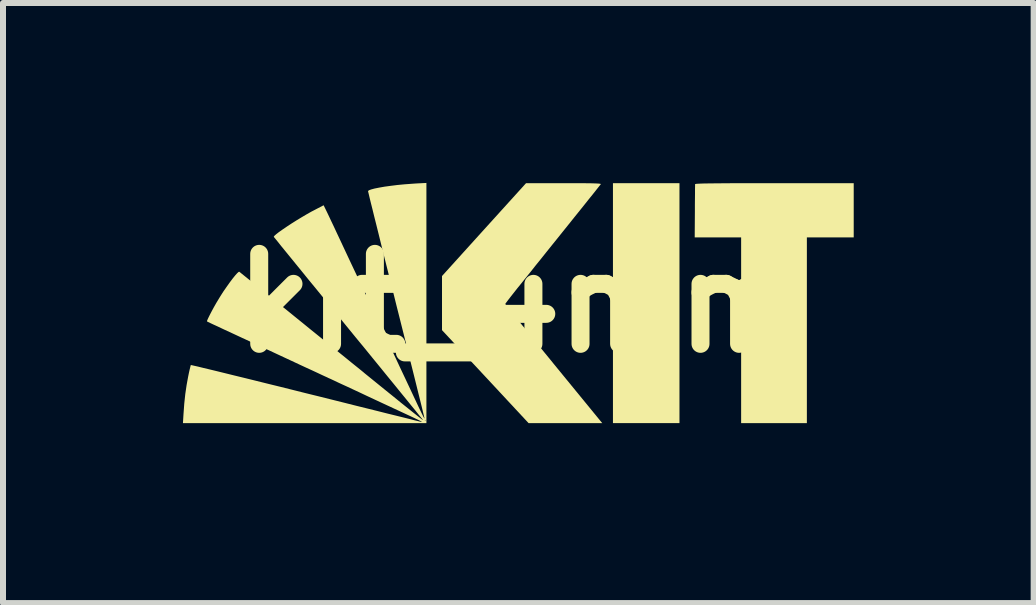
<source format=kicad_pcb>
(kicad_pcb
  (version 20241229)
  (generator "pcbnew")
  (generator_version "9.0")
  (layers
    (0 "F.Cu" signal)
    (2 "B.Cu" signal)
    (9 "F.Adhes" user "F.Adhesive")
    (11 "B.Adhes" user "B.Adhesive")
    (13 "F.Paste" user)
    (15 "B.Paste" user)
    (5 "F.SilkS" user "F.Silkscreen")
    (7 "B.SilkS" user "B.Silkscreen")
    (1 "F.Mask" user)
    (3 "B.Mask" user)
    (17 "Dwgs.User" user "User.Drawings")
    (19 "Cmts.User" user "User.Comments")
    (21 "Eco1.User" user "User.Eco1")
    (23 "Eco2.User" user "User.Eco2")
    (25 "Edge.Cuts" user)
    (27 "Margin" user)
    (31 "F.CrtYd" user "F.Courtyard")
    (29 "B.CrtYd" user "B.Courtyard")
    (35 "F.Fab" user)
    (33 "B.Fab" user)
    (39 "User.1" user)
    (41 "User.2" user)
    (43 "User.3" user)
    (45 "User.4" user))
  (footprint "kit_4mm"
    (layer "F.Cu")
    (at 5.593 2.004)
    (property "Reference" "kit_4mm" (at 0 0 0) (layer "F.SilkS") (effects (font (size 1.5 1.5) (thickness 0.3))))
    (attr board_only exclude_from_pos_files exclude_from_bom)
    (fp_poly (pts (xy 2.685 0) (xy 2.685 2) (xy 2.13 2) (xy 1.576 2) (xy 1.576 0) (xy 1.576 -2) (xy 2.13 -2) (xy 2.685 -2)) (stroke (width 0) (type solid)) (fill yes) (layer "F.SilkS"))
    (fp_poly (pts (xy 5.59 -1.548) (xy 5.59 -1.096) (xy 5.199 -1.096) (xy 4.809 -1.096) (xy 4.809 0.452) (xy 4.809 2) (xy 4.261 2) (xy 3.713 2) (xy 3.713 0.452) (xy 3.713 -1.096) (xy 3.326 -1.096) (xy 2.939 -1.096) (xy 2.942 -1.531) (xy 2.942 -1.638) (xy 2.943 -1.737) (xy 2.944 -1.823) (xy 2.944 -1.894) (xy 2.945 -1.947) (xy 2.945 -1.977) (xy 2.945 -1.983) (xy 2.95 -1.986) (xy 2.966 -1.989) (xy 2.995 -1.991) (xy 3.037 -1.993) (xy 3.095 -1.995) (xy 3.169 -1.996) (xy 3.261 -1.997) (xy 3.372 -1.998) (xy 3.503 -1.999) (xy 3.657 -2) (xy 3.834 -2) (xy 4.035 -2) (xy 4.263 -2) (xy 4.268 -2) (xy 5.59 -2)) (stroke (width 0) (type solid)) (fill yes) (layer "F.SilkS"))
    (fp_poly (pts (xy 0.909 -2) (xy 1.036 -2) (xy 1.14 -1.999) (xy 1.222 -1.998) (xy 1.284 -1.996) (xy 1.328 -1.994) (xy 1.357 -1.991) (xy 1.371 -1.988) (xy 1.374 -1.983) (xy 1.374 -1.983) (xy 1.362 -1.969) (xy 1.335 -1.935) (xy 1.294 -1.883) (xy 1.241 -1.816) (xy 1.176 -1.736) (xy 1.103 -1.644) (xy 1.022 -1.543) (xy 0.934 -1.434) (xy 0.843 -1.32) (xy 0.748 -1.202) (xy 0.652 -1.082) (xy 0.556 -0.963) (xy 0.462 -0.846) (xy 0.372 -0.733) (xy 0.286 -0.627) (xy 0.208 -0.528) (xy 0.137 -0.44) (xy 0.076 -0.364) (xy 0.044 -0.324) (xy -0.022 -0.243) (xy -0.081 -0.168) (xy -0.133 -0.102) (xy -0.174 -0.049) (xy -0.203 -0.01) (xy -0.218 0.011) (xy -0.219 0.014) (xy -0.211 0.026) (xy -0.186 0.058) (xy -0.146 0.107) (xy -0.093 0.174) (xy -0.027 0.256) (xy 0.05 0.352) (xy 0.138 0.459) (xy 0.234 0.578) (xy 0.338 0.706) (xy 0.449 0.841) (xy 0.565 0.983) (xy 0.589 1.013) (xy 1.397 2) (xy 0.783 2) (xy 0.169 2) (xy -0.552 1.225) (xy -1.274 0.45) (xy -1.274 -0.001) (xy -1.274 -0.452) (xy -0.574 -1.226) (xy 0.127 -2) (xy 0.757 -2)) (stroke (width 0) (type solid)) (fill yes) (layer "F.SilkS"))
    (fp_poly (pts (xy -1.534 -0.002) (xy -1.534 2) (xy -3.564 2) (xy -5.593 2) (xy -5.584 1.853) (xy -5.571 1.675) (xy -5.554 1.516) (xy -5.532 1.366) (xy -5.507 1.229) (xy -5.493 1.16) (xy -5.48 1.102) (xy -5.469 1.058) (xy -5.463 1.034) (xy -5.461 1.032) (xy -5.448 1.034) (xy -5.409 1.043) (xy -5.346 1.057) (xy -5.261 1.078) (xy -5.156 1.103) (xy -5.032 1.133) (xy -4.89 1.168) (xy -4.732 1.207) (xy -4.559 1.249) (xy -4.373 1.295) (xy -4.176 1.344) (xy -3.968 1.395) (xy -3.752 1.449) (xy -3.553 1.499) (xy -3.329 1.554) (xy -3.113 1.608) (xy -2.905 1.66) (xy -2.707 1.71) (xy -2.521 1.756) (xy -2.348 1.799) (xy -2.19 1.839) (xy -2.047 1.874) (xy -1.922 1.905) (xy -1.817 1.931) (xy -1.732 1.953) (xy -1.669 1.968) (xy -1.63 1.978) (xy -1.617 1.981) (xy -1.609 1.98) (xy -1.626 1.969) (xy -1.658 1.952) (xy -1.562 1.952) (xy -1.555 1.959) (xy -1.548 1.952) (xy -1.555 1.945) (xy -1.562 1.952) (xy -1.658 1.952) (xy -1.668 1.947) (xy -1.735 1.915) (xy -1.82 1.875) (xy -1.859 1.857) (xy -1.917 1.83) (xy -1.99 1.796) (xy -2.072 1.758) (xy -2.16 1.717) (xy -2.197 1.7) (xy -2.373 1.618) (xy -2.525 1.547) (xy -2.656 1.485) (xy -2.768 1.433) (xy -2.862 1.389) (xy -2.941 1.353) (xy -3.006 1.323) (xy -3.058 1.298) (xy -3.101 1.278) (xy -3.135 1.262) (xy -3.163 1.25) (xy -3.185 1.239) (xy -3.198 1.233) (xy -3.227 1.22) (xy -3.279 1.196) (xy -3.349 1.163) (xy -3.437 1.122) (xy -3.54 1.075) (xy -3.654 1.022) (xy -3.778 0.964) (xy -3.909 0.903) (xy -3.997 0.862) (xy -4.136 0.797) (xy -4.276 0.732) (xy -4.412 0.669) (xy -4.541 0.609) (xy -4.66 0.554) (xy -4.765 0.505) (xy -4.854 0.464) (xy -4.923 0.432) (xy -4.946 0.421) (xy -5.02 0.386) (xy -5.086 0.356) (xy -5.139 0.331) (xy -5.176 0.313) (xy -5.191 0.305) (xy -5.192 0.305) (xy -5.19 0.291) (xy -5.175 0.256) (xy -5.15 0.205) (xy -5.117 0.141) (xy -5.077 0.067) (xy -5.032 -0.012) (xy -5.013 -0.043) (xy -4.967 -0.119) (xy -4.917 -0.197) (xy -4.864 -0.273) (xy -4.813 -0.345) (xy -4.765 -0.409) (xy -4.723 -0.461) (xy -4.688 -0.5) (xy -4.664 -0.521) (xy -4.654 -0.524) (xy -4.64 -0.513) (xy -4.607 -0.486) (xy -4.556 -0.445) (xy -4.489 -0.391) (xy -4.408 -0.325) (xy -4.314 -0.249) (xy -4.21 -0.165) (xy -4.097 -0.073) (xy -3.977 0.024) (xy -3.851 0.125) (xy -3.722 0.23) (xy -3.591 0.336) (xy -3.461 0.442) (xy -3.332 0.546) (xy -3.207 0.647) (xy -3.087 0.745) (xy -2.974 0.836) (xy -2.87 0.92) (xy -2.777 0.996) (xy -2.696 1.061) (xy -2.629 1.115) (xy -2.579 1.156) (xy -2.569 1.165) (xy -2.384 1.315) (xy -2.22 1.448) (xy -2.076 1.564) (xy -1.952 1.665) (xy -1.847 1.749) (xy -1.761 1.818) (xy -1.693 1.872) (xy -1.642 1.912) (xy -1.609 1.937) (xy -1.593 1.948) (xy -1.591 1.948) (xy -1.6 1.936) (xy -1.626 1.905) (xy -1.667 1.854) (xy -1.722 1.785) (xy -1.791 1.701) (xy -1.872 1.601) (xy -1.965 1.487) (xy -2.068 1.36) (xy -2.181 1.222) (xy -2.302 1.073) (xy -2.431 0.915) (xy -2.566 0.749) (xy -2.708 0.577) (xy -2.836 0.42) (xy -2.981 0.242) (xy -3.122 0.07) (xy -3.256 -0.095) (xy -3.384 -0.252) (xy -3.505 -0.399) (xy -3.616 -0.536) (xy -3.718 -0.661) (xy -3.809 -0.773) (xy -3.889 -0.871) (xy -3.956 -0.953) (xy -4.009 -1.02) (xy -4.048 -1.068) (xy -4.072 -1.097) (xy -4.079 -1.106) (xy -4.07 -1.121) (xy -4.04 -1.148) (xy -3.994 -1.184) (xy -3.933 -1.227) (xy -3.861 -1.276) (xy -3.782 -1.328) (xy -3.698 -1.381) (xy -3.612 -1.433) (xy -3.529 -1.482) (xy -3.451 -1.526) (xy -3.416 -1.544) (xy -3.248 -1.632) (xy -3.222 -1.58) (xy -3.21 -1.555) (xy -3.188 -1.51) (xy -3.157 -1.445) (xy -3.12 -1.366) (xy -3.076 -1.274) (xy -3.029 -1.173) (xy -2.98 -1.069) (xy -2.922 -0.945) (xy -2.857 -0.806) (xy -2.786 -0.655) (xy -2.71 -0.494) (xy -2.631 -0.326) (xy -2.55 -0.154) (xy -2.468 0.021) (xy -2.386 0.195) (xy -2.306 0.365) (xy -2.229 0.53) (xy -2.155 0.686) (xy -2.087 0.83) (xy -2.026 0.96) (xy -1.973 1.074) (xy -1.928 1.169) (xy -1.894 1.241) (xy -1.891 1.247) (xy -1.846 1.343) (xy -1.796 1.449) (xy -1.746 1.556) (xy -1.7 1.654) (xy -1.671 1.716) (xy -1.638 1.785) (xy -1.609 1.845) (xy -1.586 1.891) (xy -1.57 1.919) (xy -1.565 1.926) (xy -1.568 1.912) (xy -1.577 1.874) (xy -1.592 1.811) (xy -1.612 1.727) (xy -1.638 1.622) (xy -1.669 1.498) (xy -1.704 1.356) (xy -1.743 1.199) (xy -1.786 1.027) (xy -1.832 0.841) (xy -1.881 0.644) (xy -1.933 0.437) (xy -1.987 0.222) (xy -2.034 0.036) (xy -2.089 -0.186) (xy -2.143 -0.4) (xy -2.195 -0.606) (xy -2.244 -0.802) (xy -2.29 -0.986) (xy -2.332 -1.157) (xy -2.371 -1.314) (xy -2.406 -1.453) (xy -2.436 -1.576) (xy -2.462 -1.679) (xy -2.482 -1.761) (xy -2.496 -1.821) (xy -2.505 -1.857) (xy -2.507 -1.867) (xy -2.494 -1.881) (xy -2.457 -1.895) (xy -2.398 -1.911) (xy -2.322 -1.926) (xy -2.231 -1.942) (xy -2.128 -1.956) (xy -2.016 -1.97) (xy -1.9 -1.981) (xy -1.78 -1.99) (xy -1.709 -1.995) (xy -1.534 -2.004)) (stroke (width 0) (type solid)) (fill yes) (layer "F.SilkS")))
  (gr_rect
    (start -3 -3)
    (end 14.183 7.004)
    (stroke (width 0.1) (type default))
    (fill no)
    (layer "Edge.Cuts")))
</source>
